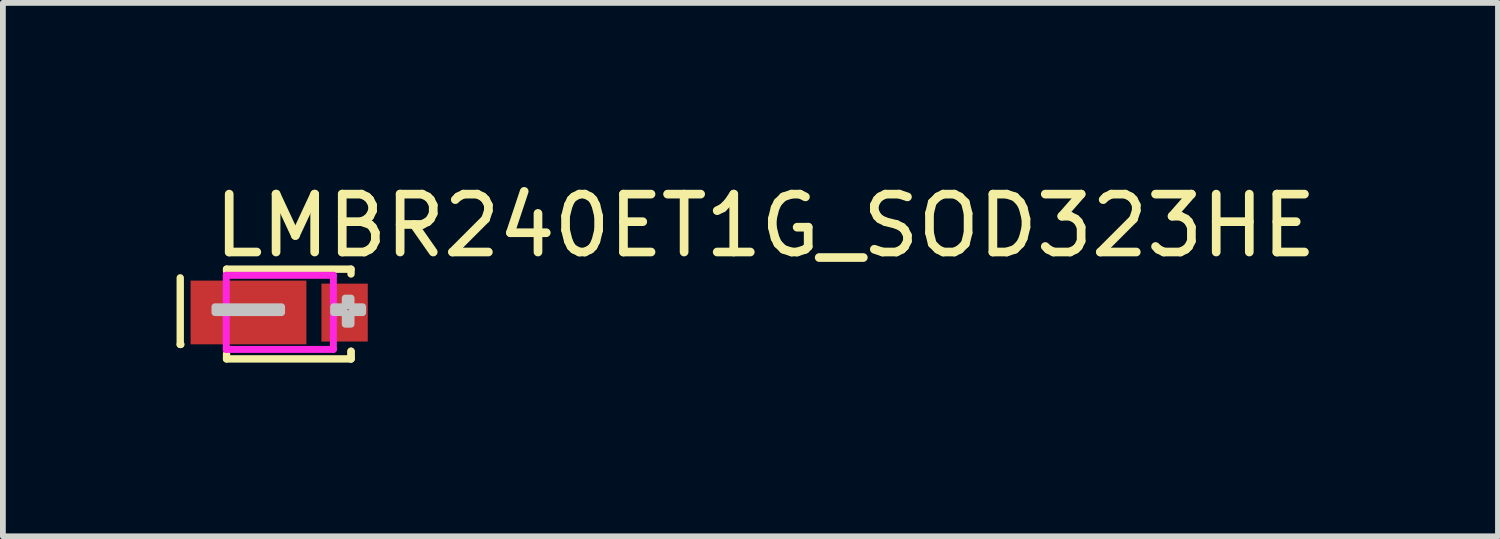
<source format=kicad_pcb>
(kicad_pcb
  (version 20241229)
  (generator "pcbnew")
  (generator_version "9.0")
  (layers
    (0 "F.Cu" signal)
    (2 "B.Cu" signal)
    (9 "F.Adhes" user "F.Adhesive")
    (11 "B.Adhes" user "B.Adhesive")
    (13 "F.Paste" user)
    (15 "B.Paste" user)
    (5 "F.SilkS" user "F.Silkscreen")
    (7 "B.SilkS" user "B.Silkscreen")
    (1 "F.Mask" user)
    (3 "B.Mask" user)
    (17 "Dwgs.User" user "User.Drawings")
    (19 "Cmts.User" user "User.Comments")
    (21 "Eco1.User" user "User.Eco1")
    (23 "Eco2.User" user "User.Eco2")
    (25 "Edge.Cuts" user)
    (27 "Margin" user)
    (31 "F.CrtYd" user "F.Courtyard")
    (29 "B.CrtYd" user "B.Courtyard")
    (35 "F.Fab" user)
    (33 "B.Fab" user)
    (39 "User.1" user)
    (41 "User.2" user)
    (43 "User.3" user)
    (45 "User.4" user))
  (footprint "LMBR240ET1G_SOD323HE"
    (layer "F.Cu")
    (at 2.072 2.348)
    (property "Reference" "LMBR240ET1G_SOD323HE" (at -1.5 -1.5 0) (layer "F.SilkS") (effects (font (size 1 1) (thickness 0.15)) (justify left)))
    (attr through_hole)
    (fp_line (start -2.009 0.551) (end -2.009 -0.599) (stroke (width 0.127) (type solid)) (layer "F.SilkS"))
    (fp_line (start -1.998 0.551) (end -2.009 0.551) (stroke (width 0.127) (type solid)) (layer "F.SilkS"))
    (fp_line (start -1.209 -0.749) (end 0.941 -0.749) (stroke (width 0.127) (type solid)) (layer "F.SilkS"))
    (fp_line (start -1.209 -0.719) (end -1.209 -0.749) (stroke (width 0.127) (type solid)) (layer "F.SilkS"))
    (fp_line (start -1.209 0.801) (end -1.209 0.716) (stroke (width 0.127) (type solid)) (layer "F.SilkS"))
    (fp_line (start 0.941 -0.749) (end 0.941 -0.666) (stroke (width 0.127) (type solid)) (layer "F.SilkS"))
    (fp_line (start 0.941 0.669) (end 0.941 0.801) (stroke (width 0.127) (type solid)) (layer "F.SilkS"))
    (fp_line (start 0.941 0.669) (end 0.941 0.801) (stroke (width 0.127) (type solid)) (layer "F.SilkS"))
    (fp_line (start 0.941 0.801) (end -1.209 0.801) (stroke (width 0.127) (type solid)) (layer "F.SilkS"))
    (fp_poly (pts (xy -1.409 -0.099) (xy -0.259 -0.099) (xy -0.259 0.001) (xy -1.409 0.001) (xy -1.409 -0.049)) (stroke (width 0.12) (type solid)) (fill no) (layer "Dwgs.User"))
    (fp_poly (pts (xy 0.641 -0.099) (xy 0.641 0.001) (xy 0.841 0.001) (xy 0.841 0.201) (xy 0.941 0.201) (xy 0.941 0.001) (xy 1.141 0.001) (xy 1.141 -0.099) (xy 0.941 -0.099) (xy 0.941 -0.249) (xy 0.841 -0.249) (xy 0.841 -0.099)) (stroke (width 0.12) (type solid)) (fill no) (layer "Dwgs.User"))
    (fp_circle (center -1.529 -0.643) (end -1.499 -0.643) (stroke (width 0.06) (type solid)) (fill no) (layer "Eco2.User"))
    (fp_poly (pts (xy 0.47 -0.249) (xy 0.97 -0.249) (xy 0.97 0.251) (xy 0.47 0.251)) (stroke (width 0.12) (type solid)) (fill no) (layer "Eco2.User"))
    (fp_poly (pts (xy -1.529 -0.249) (xy -1.025 -0.249) (xy -1.025 -0.398) (xy 0.067 -0.398) (xy 0.067 0.401) (xy -1.025 0.401) (xy -1.025 0.251) (xy -1.529 0.251)) (stroke (width 0.12) (type solid)) (fill no) (layer "Eco2.User"))
    (fp_line (start -1.214 -0.643) (end 0.636 -0.643) (stroke (width 0.12) (type solid)) (layer "F.CrtYd"))
    (fp_line (start -1.214 0.637) (end -1.214 -0.643) (stroke (width 0.12) (type solid)) (layer "F.CrtYd"))
    (fp_line (start 0.636 -0.643) (end 0.636 0.637) (stroke (width 0.12) (type solid)) (layer "F.CrtYd"))
    (fp_line (start 0.636 0.637) (end -1.214 0.637) (stroke (width 0.12) (type solid)) (layer "F.CrtYd"))
    (pad "1" smd rect (at -0.83 -0.001) (size 2 1.1) (layers "F.Cu" "F.Mask" "F.Paste"))
    (pad "2" smd rect (at 0.83 0.001) (size 0.8 1) (layers "F.Cu" "F.Mask" "F.Paste")))
  (gr_rect
    (start -3 -3)
    (end 22.823 6.213)
    (stroke (width 0.1) (type default))
    (fill no)
    (layer "Edge.Cuts")))
</source>
